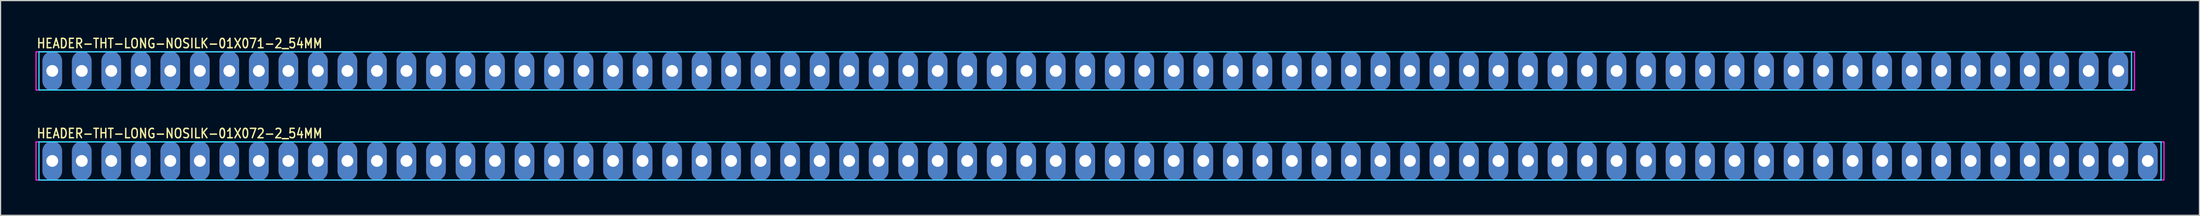
<source format=kicad_pcb>
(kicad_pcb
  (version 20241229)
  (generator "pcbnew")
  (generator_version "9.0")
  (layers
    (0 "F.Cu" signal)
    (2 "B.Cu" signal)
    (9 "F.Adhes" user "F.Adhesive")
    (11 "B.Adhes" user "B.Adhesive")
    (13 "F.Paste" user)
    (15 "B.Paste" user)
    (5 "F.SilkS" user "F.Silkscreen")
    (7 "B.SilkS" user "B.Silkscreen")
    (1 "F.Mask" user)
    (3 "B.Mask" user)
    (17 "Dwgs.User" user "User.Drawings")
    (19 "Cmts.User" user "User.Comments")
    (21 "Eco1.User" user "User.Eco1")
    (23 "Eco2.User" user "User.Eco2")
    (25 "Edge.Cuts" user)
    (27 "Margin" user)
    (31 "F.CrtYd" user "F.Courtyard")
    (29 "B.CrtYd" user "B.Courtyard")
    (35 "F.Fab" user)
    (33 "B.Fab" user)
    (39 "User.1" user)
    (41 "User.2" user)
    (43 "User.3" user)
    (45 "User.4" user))
  (footprint "HEADER-THT-LONG-NOSILK-01X071-2_54MM"
    (layer "F.Cu")
    (at 1.447 3.079)
    (property "Reference" "HEADER-THT-LONG-NOSILK-01X071-2_54MM" (at -1.4 -1.9 0) (unlocked yes) (layer "F.SilkS") (effects (font (size 0.813 0.695) (thickness 0.122)) (justify left bottom)))
    (fp_poly (pts (xy -1.143 -1.651) (xy 178.943 -1.651) (xy 178.943 1.651) (xy -1.143 1.651)) (stroke (width 0.1) (type solid)) (fill no) (layer "B.CrtYd"))
    (fp_poly (pts (xy -1.397 -1.651) (xy 179.197 -1.651) (xy 179.197 1.651) (xy -1.397 1.651)) (stroke (width 0.1) (type solid)) (fill no) (layer "F.CrtYd"))
    (pad "1" thru_hole oval (at 0 0 90) (size 3.387 1.693) (drill 1.016) (layers "*.Cu" "*.Mask"))
    (pad "2" thru_hole oval (at 2.54 0 90) (size 3.387 1.693) (drill 1.016) (layers "*.Cu" "*.Mask"))
    (pad "3" thru_hole oval (at 5.08 0 90) (size 3.387 1.693) (drill 1.016) (layers "*.Cu" "*.Mask"))
    (pad "4" thru_hole oval (at 7.62 0 90) (size 3.387 1.693) (drill 1.016) (layers "*.Cu" "*.Mask"))
    (pad "5" thru_hole oval (at 10.16 0 90) (size 3.387 1.693) (drill 1.016) (layers "*.Cu" "*.Mask"))
    (pad "6" thru_hole oval (at 12.7 0 90) (size 3.387 1.693) (drill 1.016) (layers "*.Cu" "*.Mask"))
    (pad "7" thru_hole oval (at 15.24 0 90) (size 3.387 1.693) (drill 1.016) (layers "*.Cu" "*.Mask"))
    (pad "8" thru_hole oval (at 17.78 0 90) (size 3.387 1.693) (drill 1.016) (layers "*.Cu" "*.Mask"))
    (pad "9" thru_hole oval (at 20.32 0 90) (size 3.387 1.693) (drill 1.016) (layers "*.Cu" "*.Mask"))
    (pad "10" thru_hole oval (at 22.86 0 90) (size 3.387 1.693) (drill 1.016) (layers "*.Cu" "*.Mask"))
    (pad "11" thru_hole oval (at 25.4 0 90) (size 3.387 1.693) (drill 1.016) (layers "*.Cu" "*.Mask"))
    (pad "12" thru_hole oval (at 27.94 0 90) (size 3.387 1.693) (drill 1.016) (layers "*.Cu" "*.Mask"))
    (pad "13" thru_hole oval (at 30.48 0 90) (size 3.387 1.693) (drill 1.016) (layers "*.Cu" "*.Mask"))
    (pad "14" thru_hole oval (at 33.02 0 90) (size 3.387 1.693) (drill 1.016) (layers "*.Cu" "*.Mask"))
    (pad "15" thru_hole oval (at 35.56 0 90) (size 3.387 1.693) (drill 1.016) (layers "*.Cu" "*.Mask"))
    (pad "16" thru_hole oval (at 38.1 0 90) (size 3.387 1.693) (drill 1.016) (layers "*.Cu" "*.Mask"))
    (pad "17" thru_hole oval (at 40.64 0 90) (size 3.387 1.693) (drill 1.016) (layers "*.Cu" "*.Mask"))
    (pad "18" thru_hole oval (at 43.18 0 90) (size 3.387 1.693) (drill 1.016) (layers "*.Cu" "*.Mask"))
    (pad "19" thru_hole oval (at 45.72 0 90) (size 3.387 1.693) (drill 1.016) (layers "*.Cu" "*.Mask"))
    (pad "20" thru_hole oval (at 48.26 0 90) (size 3.387 1.693) (drill 1.016) (layers "*.Cu" "*.Mask"))
    (pad "21" thru_hole oval (at 50.8 0 90) (size 3.387 1.693) (drill 1.016) (layers "*.Cu" "*.Mask"))
    (pad "22" thru_hole oval (at 53.34 0 90) (size 3.387 1.693) (drill 1.016) (layers "*.Cu" "*.Mask"))
    (pad "23" thru_hole oval (at 55.88 0 90) (size 3.387 1.693) (drill 1.016) (layers "*.Cu" "*.Mask"))
    (pad "24" thru_hole oval (at 58.42 0 90) (size 3.387 1.693) (drill 1.016) (layers "*.Cu" "*.Mask"))
    (pad "25" thru_hole oval (at 60.96 0 90) (size 3.387 1.693) (drill 1.016) (layers "*.Cu" "*.Mask"))
    (pad "26" thru_hole oval (at 63.5 0 90) (size 3.387 1.693) (drill 1.016) (layers "*.Cu" "*.Mask"))
    (pad "27" thru_hole oval (at 66.04 0 90) (size 3.387 1.693) (drill 1.016) (layers "*.Cu" "*.Mask"))
    (pad "28" thru_hole oval (at 68.58 0 90) (size 3.387 1.693) (drill 1.016) (layers "*.Cu" "*.Mask"))
    (pad "29" thru_hole oval (at 71.12 0 90) (size 3.387 1.693) (drill 1.016) (layers "*.Cu" "*.Mask"))
    (pad "30" thru_hole oval (at 73.66 0 90) (size 3.387 1.693) (drill 1.016) (layers "*.Cu" "*.Mask"))
    (pad "31" thru_hole oval (at 76.2 0 90) (size 3.387 1.693) (drill 1.016) (layers "*.Cu" "*.Mask"))
    (pad "32" thru_hole oval (at 78.74 0 90) (size 3.387 1.693) (drill 1.016) (layers "*.Cu" "*.Mask"))
    (pad "33" thru_hole oval (at 81.28 0 90) (size 3.387 1.693) (drill 1.016) (layers "*.Cu" "*.Mask"))
    (pad "34" thru_hole oval (at 83.82 0 90) (size 3.387 1.693) (drill 1.016) (layers "*.Cu" "*.Mask"))
    (pad "35" thru_hole oval (at 86.36 0 90) (size 3.387 1.693) (drill 1.016) (layers "*.Cu" "*.Mask"))
    (pad "36" thru_hole oval (at 88.9 0 90) (size 3.387 1.693) (drill 1.016) (layers "*.Cu" "*.Mask"))
    (pad "37" thru_hole oval (at 91.44 0 90) (size 3.387 1.693) (drill 1.016) (layers "*.Cu" "*.Mask"))
    (pad "38" thru_hole oval (at 93.98 0 90) (size 3.387 1.693) (drill 1.016) (layers "*.Cu" "*.Mask"))
    (pad "39" thru_hole oval (at 96.52 0 90) (size 3.387 1.693) (drill 1.016) (layers "*.Cu" "*.Mask"))
    (pad "40" thru_hole oval (at 99.06 0 90) (size 3.387 1.693) (drill 1.016) (layers "*.Cu" "*.Mask"))
    (pad "41" thru_hole oval (at 101.6 0 90) (size 3.387 1.693) (drill 1.016) (layers "*.Cu" "*.Mask"))
    (pad "42" thru_hole oval (at 104.14 0 90) (size 3.387 1.693) (drill 1.016) (layers "*.Cu" "*.Mask"))
    (pad "43" thru_hole oval (at 106.68 0 90) (size 3.387 1.693) (drill 1.016) (layers "*.Cu" "*.Mask"))
    (pad "44" thru_hole oval (at 109.22 0 90) (size 3.387 1.693) (drill 1.016) (layers "*.Cu" "*.Mask"))
    (pad "45" thru_hole oval (at 111.76 0 90) (size 3.387 1.693) (drill 1.016) (layers "*.Cu" "*.Mask"))
    (pad "46" thru_hole oval (at 114.3 0 90) (size 3.387 1.693) (drill 1.016) (layers "*.Cu" "*.Mask"))
    (pad "47" thru_hole oval (at 116.84 0 90) (size 3.387 1.693) (drill 1.016) (layers "*.Cu" "*.Mask"))
    (pad "48" thru_hole oval (at 119.38 0 90) (size 3.387 1.693) (drill 1.016) (layers "*.Cu" "*.Mask"))
    (pad "49" thru_hole oval (at 121.92 0 90) (size 3.387 1.693) (drill 1.016) (layers "*.Cu" "*.Mask"))
    (pad "50" thru_hole oval (at 124.46 0 90) (size 3.387 1.693) (drill 1.016) (layers "*.Cu" "*.Mask"))
    (pad "51" thru_hole oval (at 127 0 90) (size 3.387 1.693) (drill 1.016) (layers "*.Cu" "*.Mask"))
    (pad "52" thru_hole oval (at 129.54 0 90) (size 3.387 1.693) (drill 1.016) (layers "*.Cu" "*.Mask"))
    (pad "53" thru_hole oval (at 132.08 0 90) (size 3.387 1.693) (drill 1.016) (layers "*.Cu" "*.Mask"))
    (pad "54" thru_hole oval (at 134.62 0 90) (size 3.387 1.693) (drill 1.016) (layers "*.Cu" "*.Mask"))
    (pad "55" thru_hole oval (at 137.16 0 90) (size 3.387 1.693) (drill 1.016) (layers "*.Cu" "*.Mask"))
    (pad "56" thru_hole oval (at 139.7 0 90) (size 3.387 1.693) (drill 1.016) (layers "*.Cu" "*.Mask"))
    (pad "57" thru_hole oval (at 142.24 0 90) (size 3.387 1.693) (drill 1.016) (layers "*.Cu" "*.Mask"))
    (pad "58" thru_hole oval (at 144.78 0 90) (size 3.387 1.693) (drill 1.016) (layers "*.Cu" "*.Mask"))
    (pad "59" thru_hole oval (at 147.32 0 90) (size 3.387 1.693) (drill 1.016) (layers "*.Cu" "*.Mask"))
    (pad "60" thru_hole oval (at 149.86 0 90) (size 3.387 1.693) (drill 1.016) (layers "*.Cu" "*.Mask"))
    (pad "61" thru_hole oval (at 152.4 0 90) (size 3.387 1.693) (drill 1.016) (layers "*.Cu" "*.Mask"))
    (pad "62" thru_hole oval (at 154.94 0 90) (size 3.387 1.693) (drill 1.016) (layers "*.Cu" "*.Mask"))
    (pad "63" thru_hole oval (at 157.48 0 90) (size 3.387 1.693) (drill 1.016) (layers "*.Cu" "*.Mask"))
    (pad "64" thru_hole oval (at 160.02 0 90) (size 3.387 1.693) (drill 1.016) (layers "*.Cu" "*.Mask"))
    (pad "65" thru_hole oval (at 162.56 0 90) (size 3.387 1.693) (drill 1.016) (layers "*.Cu" "*.Mask"))
    (pad "66" thru_hole oval (at 165.1 0 90) (size 3.387 1.693) (drill 1.016) (layers "*.Cu" "*.Mask"))
    (pad "67" thru_hole oval (at 167.64 0 90) (size 3.387 1.693) (drill 1.016) (layers "*.Cu" "*.Mask"))
    (pad "68" thru_hole oval (at 170.18 0 90) (size 3.387 1.693) (drill 1.016) (layers "*.Cu" "*.Mask"))
    (pad "69" thru_hole oval (at 172.72 0 90) (size 3.387 1.693) (drill 1.016) (layers "*.Cu" "*.Mask"))
    (pad "70" thru_hole oval (at 175.26 0 90) (size 3.387 1.693) (drill 1.016) (layers "*.Cu" "*.Mask"))
    (pad "71" thru_hole oval (at 177.8 0 90) (size 3.387 1.693) (drill 1.016) (layers "*.Cu" "*.Mask")))
  (footprint "HEADER-THT-LONG-NOSILK-01X072-2_54MM"
    (layer "F.Cu")
    (at 1.447 10.858)
    (property "Reference" "HEADER-THT-LONG-NOSILK-01X072-2_54MM" (at -1.4 -1.9 0) (unlocked yes) (layer "F.SilkS") (effects (font (size 0.813 0.695) (thickness 0.122)) (justify left bottom)))
    (fp_poly (pts (xy -1.143 -1.651) (xy 181.483 -1.651) (xy 181.483 1.651) (xy -1.143 1.651)) (stroke (width 0.1) (type solid)) (fill no) (layer "B.CrtYd"))
    (fp_poly (pts (xy -1.397 -1.651) (xy 181.737 -1.651) (xy 181.737 1.651) (xy -1.397 1.651)) (stroke (width 0.1) (type solid)) (fill no) (layer "F.CrtYd"))
    (pad "1" thru_hole oval (at 0 0 90) (size 3.387 1.693) (drill 1.016) (layers "*.Cu" "*.Mask"))
    (pad "2" thru_hole oval (at 2.54 0 90) (size 3.387 1.693) (drill 1.016) (layers "*.Cu" "*.Mask"))
    (pad "3" thru_hole oval (at 5.08 0 90) (size 3.387 1.693) (drill 1.016) (layers "*.Cu" "*.Mask"))
    (pad "4" thru_hole oval (at 7.62 0 90) (size 3.387 1.693) (drill 1.016) (layers "*.Cu" "*.Mask"))
    (pad "5" thru_hole oval (at 10.16 0 90) (size 3.387 1.693) (drill 1.016) (layers "*.Cu" "*.Mask"))
    (pad "6" thru_hole oval (at 12.7 0 90) (size 3.387 1.693) (drill 1.016) (layers "*.Cu" "*.Mask"))
    (pad "7" thru_hole oval (at 15.24 0 90) (size 3.387 1.693) (drill 1.016) (layers "*.Cu" "*.Mask"))
    (pad "8" thru_hole oval (at 17.78 0 90) (size 3.387 1.693) (drill 1.016) (layers "*.Cu" "*.Mask"))
    (pad "9" thru_hole oval (at 20.32 0 90) (size 3.387 1.693) (drill 1.016) (layers "*.Cu" "*.Mask"))
    (pad "10" thru_hole oval (at 22.86 0 90) (size 3.387 1.693) (drill 1.016) (layers "*.Cu" "*.Mask"))
    (pad "11" thru_hole oval (at 25.4 0 90) (size 3.387 1.693) (drill 1.016) (layers "*.Cu" "*.Mask"))
    (pad "12" thru_hole oval (at 27.94 0 90) (size 3.387 1.693) (drill 1.016) (layers "*.Cu" "*.Mask"))
    (pad "13" thru_hole oval (at 30.48 0 90) (size 3.387 1.693) (drill 1.016) (layers "*.Cu" "*.Mask"))
    (pad "14" thru_hole oval (at 33.02 0 90) (size 3.387 1.693) (drill 1.016) (layers "*.Cu" "*.Mask"))
    (pad "15" thru_hole oval (at 35.56 0 90) (size 3.387 1.693) (drill 1.016) (layers "*.Cu" "*.Mask"))
    (pad "16" thru_hole oval (at 38.1 0 90) (size 3.387 1.693) (drill 1.016) (layers "*.Cu" "*.Mask"))
    (pad "17" thru_hole oval (at 40.64 0 90) (size 3.387 1.693) (drill 1.016) (layers "*.Cu" "*.Mask"))
    (pad "18" thru_hole oval (at 43.18 0 90) (size 3.387 1.693) (drill 1.016) (layers "*.Cu" "*.Mask"))
    (pad "19" thru_hole oval (at 45.72 0 90) (size 3.387 1.693) (drill 1.016) (layers "*.Cu" "*.Mask"))
    (pad "20" thru_hole oval (at 48.26 0 90) (size 3.387 1.693) (drill 1.016) (layers "*.Cu" "*.Mask"))
    (pad "21" thru_hole oval (at 50.8 0 90) (size 3.387 1.693) (drill 1.016) (layers "*.Cu" "*.Mask"))
    (pad "22" thru_hole oval (at 53.34 0 90) (size 3.387 1.693) (drill 1.016) (layers "*.Cu" "*.Mask"))
    (pad "23" thru_hole oval (at 55.88 0 90) (size 3.387 1.693) (drill 1.016) (layers "*.Cu" "*.Mask"))
    (pad "24" thru_hole oval (at 58.42 0 90) (size 3.387 1.693) (drill 1.016) (layers "*.Cu" "*.Mask"))
    (pad "25" thru_hole oval (at 60.96 0 90) (size 3.387 1.693) (drill 1.016) (layers "*.Cu" "*.Mask"))
    (pad "26" thru_hole oval (at 63.5 0 90) (size 3.387 1.693) (drill 1.016) (layers "*.Cu" "*.Mask"))
    (pad "27" thru_hole oval (at 66.04 0 90) (size 3.387 1.693) (drill 1.016) (layers "*.Cu" "*.Mask"))
    (pad "28" thru_hole oval (at 68.58 0 90) (size 3.387 1.693) (drill 1.016) (layers "*.Cu" "*.Mask"))
    (pad "29" thru_hole oval (at 71.12 0 90) (size 3.387 1.693) (drill 1.016) (layers "*.Cu" "*.Mask"))
    (pad "30" thru_hole oval (at 73.66 0 90) (size 3.387 1.693) (drill 1.016) (layers "*.Cu" "*.Mask"))
    (pad "31" thru_hole oval (at 76.2 0 90) (size 3.387 1.693) (drill 1.016) (layers "*.Cu" "*.Mask"))
    (pad "32" thru_hole oval (at 78.74 0 90) (size 3.387 1.693) (drill 1.016) (layers "*.Cu" "*.Mask"))
    (pad "33" thru_hole oval (at 81.28 0 90) (size 3.387 1.693) (drill 1.016) (layers "*.Cu" "*.Mask"))
    (pad "34" thru_hole oval (at 83.82 0 90) (size 3.387 1.693) (drill 1.016) (layers "*.Cu" "*.Mask"))
    (pad "35" thru_hole oval (at 86.36 0 90) (size 3.387 1.693) (drill 1.016) (layers "*.Cu" "*.Mask"))
    (pad "36" thru_hole oval (at 88.9 0 90) (size 3.387 1.693) (drill 1.016) (layers "*.Cu" "*.Mask"))
    (pad "37" thru_hole oval (at 91.44 0 90) (size 3.387 1.693) (drill 1.016) (layers "*.Cu" "*.Mask"))
    (pad "38" thru_hole oval (at 93.98 0 90) (size 3.387 1.693) (drill 1.016) (layers "*.Cu" "*.Mask"))
    (pad "39" thru_hole oval (at 96.52 0 90) (size 3.387 1.693) (drill 1.016) (layers "*.Cu" "*.Mask"))
    (pad "40" thru_hole oval (at 99.06 0 90) (size 3.387 1.693) (drill 1.016) (layers "*.Cu" "*.Mask"))
    (pad "41" thru_hole oval (at 101.6 0 90) (size 3.387 1.693) (drill 1.016) (layers "*.Cu" "*.Mask"))
    (pad "42" thru_hole oval (at 104.14 0 90) (size 3.387 1.693) (drill 1.016) (layers "*.Cu" "*.Mask"))
    (pad "43" thru_hole oval (at 106.68 0 90) (size 3.387 1.693) (drill 1.016) (layers "*.Cu" "*.Mask"))
    (pad "44" thru_hole oval (at 109.22 0 90) (size 3.387 1.693) (drill 1.016) (layers "*.Cu" "*.Mask"))
    (pad "45" thru_hole oval (at 111.76 0 90) (size 3.387 1.693) (drill 1.016) (layers "*.Cu" "*.Mask"))
    (pad "46" thru_hole oval (at 114.3 0 90) (size 3.387 1.693) (drill 1.016) (layers "*.Cu" "*.Mask"))
    (pad "47" thru_hole oval (at 116.84 0 90) (size 3.387 1.693) (drill 1.016) (layers "*.Cu" "*.Mask"))
    (pad "48" thru_hole oval (at 119.38 0 90) (size 3.387 1.693) (drill 1.016) (layers "*.Cu" "*.Mask"))
    (pad "49" thru_hole oval (at 121.92 0 90) (size 3.387 1.693) (drill 1.016) (layers "*.Cu" "*.Mask"))
    (pad "50" thru_hole oval (at 124.46 0 90) (size 3.387 1.693) (drill 1.016) (layers "*.Cu" "*.Mask"))
    (pad "51" thru_hole oval (at 127 0 90) (size 3.387 1.693) (drill 1.016) (layers "*.Cu" "*.Mask"))
    (pad "52" thru_hole oval (at 129.54 0 90) (size 3.387 1.693) (drill 1.016) (layers "*.Cu" "*.Mask"))
    (pad "53" thru_hole oval (at 132.08 0 90) (size 3.387 1.693) (drill 1.016) (layers "*.Cu" "*.Mask"))
    (pad "54" thru_hole oval (at 134.62 0 90) (size 3.387 1.693) (drill 1.016) (layers "*.Cu" "*.Mask"))
    (pad "55" thru_hole oval (at 137.16 0 90) (size 3.387 1.693) (drill 1.016) (layers "*.Cu" "*.Mask"))
    (pad "56" thru_hole oval (at 139.7 0 90) (size 3.387 1.693) (drill 1.016) (layers "*.Cu" "*.Mask"))
    (pad "57" thru_hole oval (at 142.24 0 90) (size 3.387 1.693) (drill 1.016) (layers "*.Cu" "*.Mask"))
    (pad "58" thru_hole oval (at 144.78 0 90) (size 3.387 1.693) (drill 1.016) (layers "*.Cu" "*.Mask"))
    (pad "59" thru_hole oval (at 147.32 0 90) (size 3.387 1.693) (drill 1.016) (layers "*.Cu" "*.Mask"))
    (pad "60" thru_hole oval (at 149.86 0 90) (size 3.387 1.693) (drill 1.016) (layers "*.Cu" "*.Mask"))
    (pad "61" thru_hole oval (at 152.4 0 90) (size 3.387 1.693) (drill 1.016) (layers "*.Cu" "*.Mask"))
    (pad "62" thru_hole oval (at 154.94 0 90) (size 3.387 1.693) (drill 1.016) (layers "*.Cu" "*.Mask"))
    (pad "63" thru_hole oval (at 157.48 0 90) (size 3.387 1.693) (drill 1.016) (layers "*.Cu" "*.Mask"))
    (pad "64" thru_hole oval (at 160.02 0 90) (size 3.387 1.693) (drill 1.016) (layers "*.Cu" "*.Mask"))
    (pad "65" thru_hole oval (at 162.56 0 90) (size 3.387 1.693) (drill 1.016) (layers "*.Cu" "*.Mask"))
    (pad "66" thru_hole oval (at 165.1 0 90) (size 3.387 1.693) (drill 1.016) (layers "*.Cu" "*.Mask"))
    (pad "67" thru_hole oval (at 167.64 0 90) (size 3.387 1.693) (drill 1.016) (layers "*.Cu" "*.Mask"))
    (pad "68" thru_hole oval (at 170.18 0 90) (size 3.387 1.693) (drill 1.016) (layers "*.Cu" "*.Mask"))
    (pad "69" thru_hole oval (at 172.72 0 90) (size 3.387 1.693) (drill 1.016) (layers "*.Cu" "*.Mask"))
    (pad "70" thru_hole oval (at 175.26 0 90) (size 3.387 1.693) (drill 1.016) (layers "*.Cu" "*.Mask"))
    (pad "71" thru_hole oval (at 177.8 0 90) (size 3.387 1.693) (drill 1.016) (layers "*.Cu" "*.Mask"))
    (pad "72" thru_hole oval (at 180.34 0 90) (size 3.387 1.693) (drill 1.016) (layers "*.Cu" "*.Mask")))
  (gr_rect
    (start -3 -3)
    (end 186.234 15.559)
    (stroke (width 0.1) (type default))
    (fill no)
    (layer "Edge.Cuts")))
</source>
